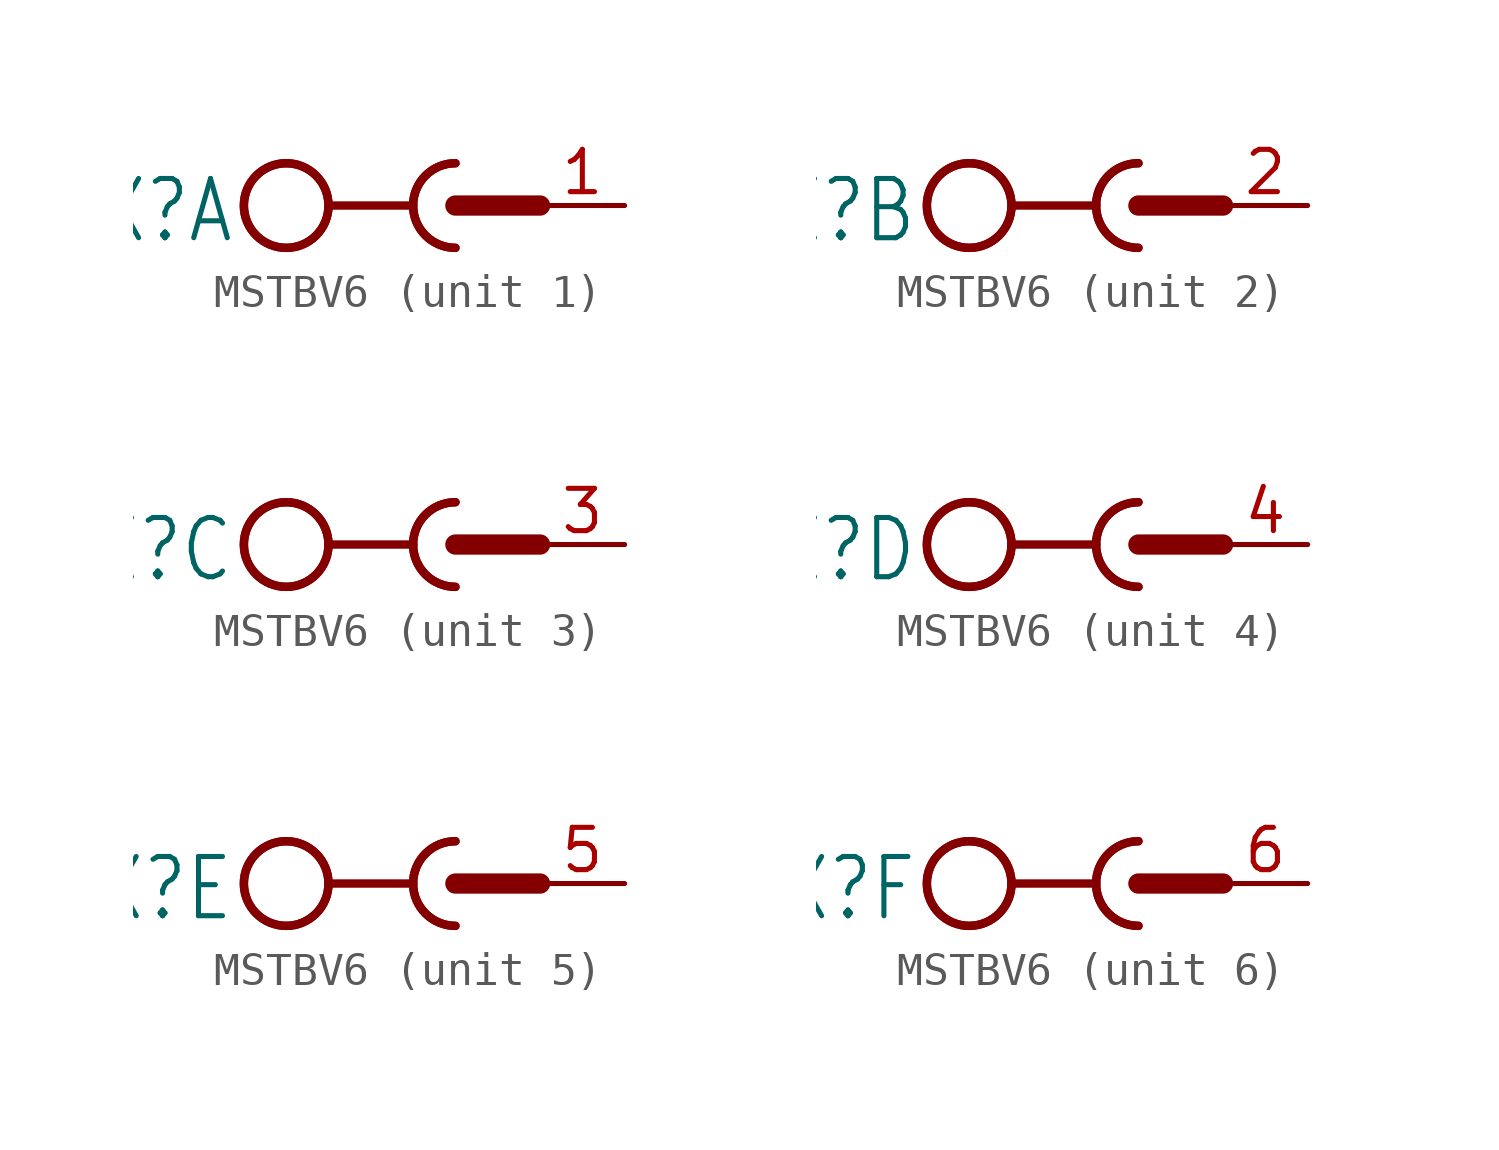
<source format=kicad_sym>
(kicad_symbol_lib
  (version 20231120)
  (generator "kicad_symbol_editor")
  (generator_version "8.0")
  (symbol "MSTBV6"
    (property "Reference" "X"
      (at -6.604 0.889 0)
      (effects (font (size 1.778 1.511)) (justify right top)))
    (property "ki_locked" ""
      (at 0 0 0)
      (effects (font (size 1.27 1.27))))
    (symbol "MSTBV6_1_0"
      (circle (center -5.08 0) (radius 1.27) (stroke (width 0.254) (type solid)) (fill (type none)))
      (circle (center -5.08 0) (radius 1.27) (stroke (width 0.254) (type solid)) (fill (type none)))
      (arc (start -1.27 0) (mid -0.898 -0.898) (end 0 -1.27) (stroke (width 0.254) (type solid)) (fill (type none)))
      (polyline (pts (xy -3.81 0) (xy -1.27 0)) (stroke (width 0.254) (type solid)) (fill (type none)))
      (polyline (pts (xy 0 0) (xy 2.54 0)) (stroke (width 0.61) (type solid)) (fill (type none)))
      (arc (start 0 1.27) (mid -0.898 0.898) (end -1.27 0) (stroke (width 0.254) (type solid)) (fill (type none)))
      (arc (start 0 1.27) (mid -1.27 0) (end 0 -1.27) (stroke (width 0.254) (type solid)) (fill (type none)))
      (pin passive line (at 5.08 0 180) (length 2.54) (name "1" (effects (font (size 0 0)))) (number "1" (effects (font (size 1.27 1.27))))))
    (symbol "MSTBV6_2_0"
      (circle (center -5.08 0) (radius 1.27) (stroke (width 0.254) (type solid)) (fill (type none)))
      (circle (center -5.08 0) (radius 1.27) (stroke (width 0.254) (type solid)) (fill (type none)))
      (arc (start -1.27 0) (mid -0.898 -0.898) (end 0 -1.27) (stroke (width 0.254) (type solid)) (fill (type none)))
      (polyline (pts (xy -3.81 0) (xy -1.27 0)) (stroke (width 0.254) (type solid)) (fill (type none)))
      (polyline (pts (xy 0 0) (xy 2.54 0)) (stroke (width 0.61) (type solid)) (fill (type none)))
      (arc (start 0 1.27) (mid -0.898 0.898) (end -1.27 0) (stroke (width 0.254) (type solid)) (fill (type none)))
      (arc (start 0 1.27) (mid -1.27 0) (end 0 -1.27) (stroke (width 0.254) (type solid)) (fill (type none)))
      (pin passive line (at 5.08 0 180) (length 2.54) (name "1" (effects (font (size 0 0)))) (number "2" (effects (font (size 1.27 1.27))))))
    (symbol "MSTBV6_3_0"
      (circle (center -5.08 0) (radius 1.27) (stroke (width 0.254) (type solid)) (fill (type none)))
      (circle (center -5.08 0) (radius 1.27) (stroke (width 0.254) (type solid)) (fill (type none)))
      (arc (start -1.27 0) (mid -0.898 -0.898) (end 0 -1.27) (stroke (width 0.254) (type solid)) (fill (type none)))
      (polyline (pts (xy -3.81 0) (xy -1.27 0)) (stroke (width 0.254) (type solid)) (fill (type none)))
      (polyline (pts (xy 0 0) (xy 2.54 0)) (stroke (width 0.61) (type solid)) (fill (type none)))
      (arc (start 0 1.27) (mid -0.898 0.898) (end -1.27 0) (stroke (width 0.254) (type solid)) (fill (type none)))
      (arc (start 0 1.27) (mid -1.27 0) (end 0 -1.27) (stroke (width 0.254) (type solid)) (fill (type none)))
      (pin passive line (at 5.08 0 180) (length 2.54) (name "1" (effects (font (size 0 0)))) (number "3" (effects (font (size 1.27 1.27))))))
    (symbol "MSTBV6_4_0"
      (circle (center -5.08 0) (radius 1.27) (stroke (width 0.254) (type solid)) (fill (type none)))
      (circle (center -5.08 0) (radius 1.27) (stroke (width 0.254) (type solid)) (fill (type none)))
      (arc (start -1.27 0) (mid -0.898 -0.898) (end 0 -1.27) (stroke (width 0.254) (type solid)) (fill (type none)))
      (polyline (pts (xy -3.81 0) (xy -1.27 0)) (stroke (width 0.254) (type solid)) (fill (type none)))
      (polyline (pts (xy 0 0) (xy 2.54 0)) (stroke (width 0.61) (type solid)) (fill (type none)))
      (arc (start 0 1.27) (mid -0.898 0.898) (end -1.27 0) (stroke (width 0.254) (type solid)) (fill (type none)))
      (arc (start 0 1.27) (mid -1.27 0) (end 0 -1.27) (stroke (width 0.254) (type solid)) (fill (type none)))
      (pin passive line (at 5.08 0 180) (length 2.54) (name "1" (effects (font (size 0 0)))) (number "4" (effects (font (size 1.27 1.27))))))
    (symbol "MSTBV6_5_0"
      (circle (center -5.08 0) (radius 1.27) (stroke (width 0.254) (type solid)) (fill (type none)))
      (circle (center -5.08 0) (radius 1.27) (stroke (width 0.254) (type solid)) (fill (type none)))
      (arc (start -1.27 0) (mid -0.898 -0.898) (end 0 -1.27) (stroke (width 0.254) (type solid)) (fill (type none)))
      (polyline (pts (xy -3.81 0) (xy -1.27 0)) (stroke (width 0.254) (type solid)) (fill (type none)))
      (polyline (pts (xy 0 0) (xy 2.54 0)) (stroke (width 0.61) (type solid)) (fill (type none)))
      (arc (start 0 1.27) (mid -0.898 0.898) (end -1.27 0) (stroke (width 0.254) (type solid)) (fill (type none)))
      (arc (start 0 1.27) (mid -1.27 0) (end 0 -1.27) (stroke (width 0.254) (type solid)) (fill (type none)))
      (pin passive line (at 5.08 0 180) (length 2.54) (name "1" (effects (font (size 0 0)))) (number "5" (effects (font (size 1.27 1.27))))))
    (symbol "MSTBV6_6_0"
      (circle (center -5.08 0) (radius 1.27) (stroke (width 0.254) (type solid)) (fill (type none)))
      (circle (center -5.08 0) (radius 1.27) (stroke (width 0.254) (type solid)) (fill (type none)))
      (arc (start -1.27 0) (mid -0.898 -0.898) (end 0 -1.27) (stroke (width 0.254) (type solid)) (fill (type none)))
      (polyline (pts (xy -3.81 0) (xy -1.27 0)) (stroke (width 0.254) (type solid)) (fill (type none)))
      (polyline (pts (xy 0 0) (xy 2.54 0)) (stroke (width 0.61) (type solid)) (fill (type none)))
      (arc (start 0 1.27) (mid -0.898 0.898) (end -1.27 0) (stroke (width 0.254) (type solid)) (fill (type none)))
      (arc (start 0 1.27) (mid -1.27 0) (end 0 -1.27) (stroke (width 0.254) (type solid)) (fill (type none)))
      (pin passive line (at 5.08 0 180) (length 2.54) (name "1" (effects (font (size 0 0)))) (number "6" (effects (font (size 1.27 1.27))))))))
</source>
